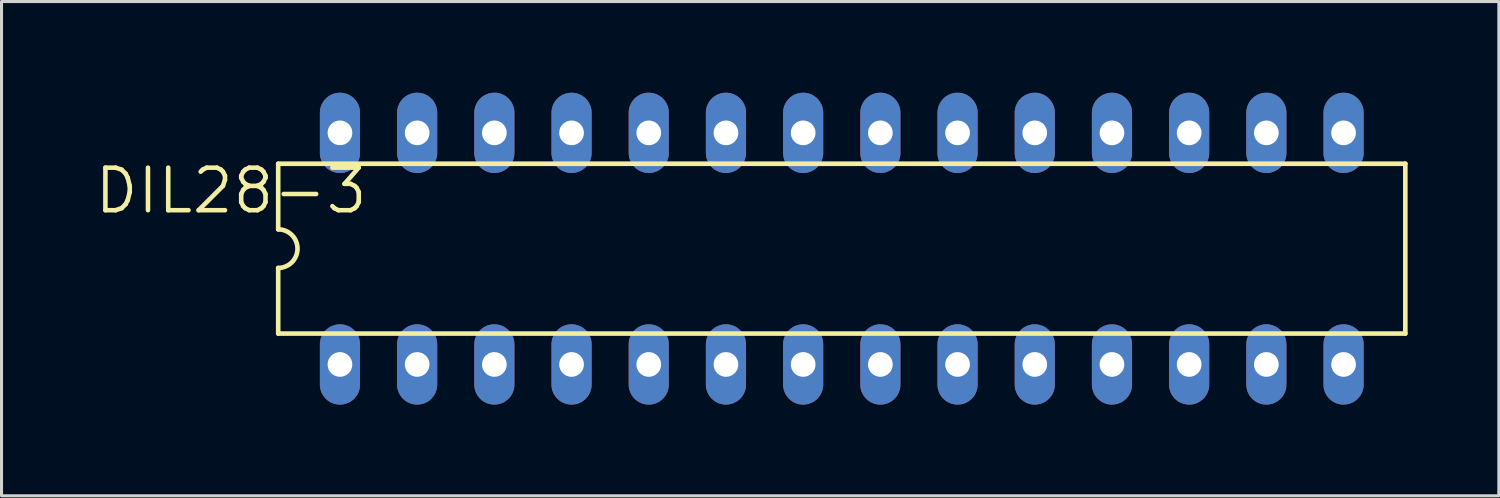
<source format=kicad_pcb>
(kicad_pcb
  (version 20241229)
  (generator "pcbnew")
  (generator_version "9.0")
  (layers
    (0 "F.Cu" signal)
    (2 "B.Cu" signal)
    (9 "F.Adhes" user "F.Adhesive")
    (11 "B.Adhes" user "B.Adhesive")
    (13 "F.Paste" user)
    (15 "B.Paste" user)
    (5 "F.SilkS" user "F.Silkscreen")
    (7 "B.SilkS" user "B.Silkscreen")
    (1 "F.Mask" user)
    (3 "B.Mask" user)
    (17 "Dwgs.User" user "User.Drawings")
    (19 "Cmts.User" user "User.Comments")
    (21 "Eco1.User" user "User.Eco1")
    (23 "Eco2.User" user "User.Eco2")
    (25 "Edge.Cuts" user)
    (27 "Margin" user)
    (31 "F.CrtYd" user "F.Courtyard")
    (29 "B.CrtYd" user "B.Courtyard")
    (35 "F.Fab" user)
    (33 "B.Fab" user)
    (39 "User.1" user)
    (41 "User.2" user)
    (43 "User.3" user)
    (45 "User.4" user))
  (footprint "DIL28-3"
    (layer "F.Cu")
    (at 24.645 5.131)
    (property "Reference" "DIL28-3" (at -20.093 -1.905 180) (layer "F.SilkS") (effects (font (size 1.4 1.4) (thickness 0.15))))
    (attr through_hole)
    (fp_line (start -18.542 -2.794) (end -18.542 -0.635) (stroke (width 0.152) (type solid)) (layer "F.SilkS"))
    (fp_line (start -18.542 -2.794) (end 18.542 -2.794) (stroke (width 0.152) (type solid)) (layer "F.SilkS"))
    (fp_line (start -18.542 0.635) (end -18.542 2.794) (stroke (width 0.152) (type solid)) (layer "F.SilkS"))
    (fp_line (start -18.542 2.794) (end 18.542 2.794) (stroke (width 0.152) (type solid)) (layer "F.SilkS"))
    (fp_line (start 18.542 -2.794) (end 18.542 2.794) (stroke (width 0.152) (type solid)) (layer "F.SilkS"))
    (fp_arc (start -18.542 -0.635) (mid -17.907 0) (end -18.542 0.635) (stroke (width 0.1524) (type solid)) (layer "F.SilkS"))
    (pad "1" thru_hole oval (at -16.51 3.81) (size 1.321 2.642) (drill 0.813) (layers "*.Cu" "*.Mask"))
    (pad "2" thru_hole oval (at -13.97 3.81) (size 1.321 2.642) (drill 0.813) (layers "*.Cu" "*.Mask"))
    (pad "3" thru_hole oval (at -11.43 3.81) (size 1.321 2.642) (drill 0.813) (layers "*.Cu" "*.Mask"))
    (pad "4" thru_hole oval (at -8.89 3.81) (size 1.321 2.642) (drill 0.813) (layers "*.Cu" "*.Mask"))
    (pad "5" thru_hole oval (at -6.35 3.81) (size 1.321 2.642) (drill 0.813) (layers "*.Cu" "*.Mask"))
    (pad "6" thru_hole oval (at -3.81 3.81) (size 1.321 2.642) (drill 0.813) (layers "*.Cu" "*.Mask"))
    (pad "7" thru_hole oval (at -1.27 3.81) (size 1.321 2.642) (drill 0.813) (layers "*.Cu" "*.Mask"))
    (pad "8" thru_hole oval (at 1.27 3.81) (size 1.321 2.642) (drill 0.813) (layers "*.Cu" "*.Mask"))
    (pad "9" thru_hole oval (at 3.81 3.81) (size 1.321 2.642) (drill 0.813) (layers "*.Cu" "*.Mask"))
    (pad "10" thru_hole oval (at 6.35 3.81) (size 1.321 2.642) (drill 0.813) (layers "*.Cu" "*.Mask"))
    (pad "11" thru_hole oval (at 8.89 3.81) (size 1.321 2.642) (drill 0.813) (layers "*.Cu" "*.Mask"))
    (pad "12" thru_hole oval (at 11.43 3.81) (size 1.321 2.642) (drill 0.813) (layers "*.Cu" "*.Mask"))
    (pad "13" thru_hole oval (at 13.97 3.81) (size 1.321 2.642) (drill 0.813) (layers "*.Cu" "*.Mask"))
    (pad "14" thru_hole oval (at 16.51 3.81) (size 1.321 2.642) (drill 0.813) (layers "*.Cu" "*.Mask"))
    (pad "15" thru_hole oval (at 16.51 -3.81) (size 1.321 2.642) (drill 0.813) (layers "*.Cu" "*.Mask"))
    (pad "16" thru_hole oval (at 13.97 -3.81) (size 1.321 2.642) (drill 0.813) (layers "*.Cu" "*.Mask"))
    (pad "17" thru_hole oval (at 11.43 -3.81) (size 1.321 2.642) (drill 0.813) (layers "*.Cu" "*.Mask"))
    (pad "18" thru_hole oval (at 8.89 -3.81) (size 1.321 2.642) (drill 0.813) (layers "*.Cu" "*.Mask"))
    (pad "19" thru_hole oval (at 6.35 -3.81) (size 1.321 2.642) (drill 0.813) (layers "*.Cu" "*.Mask"))
    (pad "20" thru_hole oval (at 3.81 -3.81) (size 1.321 2.642) (drill 0.813) (layers "*.Cu" "*.Mask"))
    (pad "21" thru_hole oval (at 1.27 -3.81) (size 1.321 2.642) (drill 0.813) (layers "*.Cu" "*.Mask"))
    (pad "22" thru_hole oval (at -1.27 -3.81) (size 1.321 2.642) (drill 0.813) (layers "*.Cu" "*.Mask"))
    (pad "23" thru_hole oval (at -3.81 -3.81) (size 1.321 2.642) (drill 0.813) (layers "*.Cu" "*.Mask"))
    (pad "24" thru_hole oval (at -6.35 -3.81) (size 1.321 2.642) (drill 0.813) (layers "*.Cu" "*.Mask"))
    (pad "25" thru_hole oval (at -8.89 -3.81) (size 1.321 2.642) (drill 0.813) (layers "*.Cu" "*.Mask"))
    (pad "26" thru_hole oval (at -11.43 -3.81) (size 1.321 2.642) (drill 0.813) (layers "*.Cu" "*.Mask"))
    (pad "27" thru_hole oval (at -13.97 -3.81) (size 1.321 2.642) (drill 0.813) (layers "*.Cu" "*.Mask"))
    (pad "28" thru_hole oval (at -16.51 -3.81) (size 1.321 2.642) (drill 0.813) (layers "*.Cu" "*.Mask")))
  (gr_rect
    (start -3 -3)
    (end 46.264 13.262)
    (stroke (width 0.1) (type default))
    (fill no)
    (layer "Edge.Cuts")))
</source>
